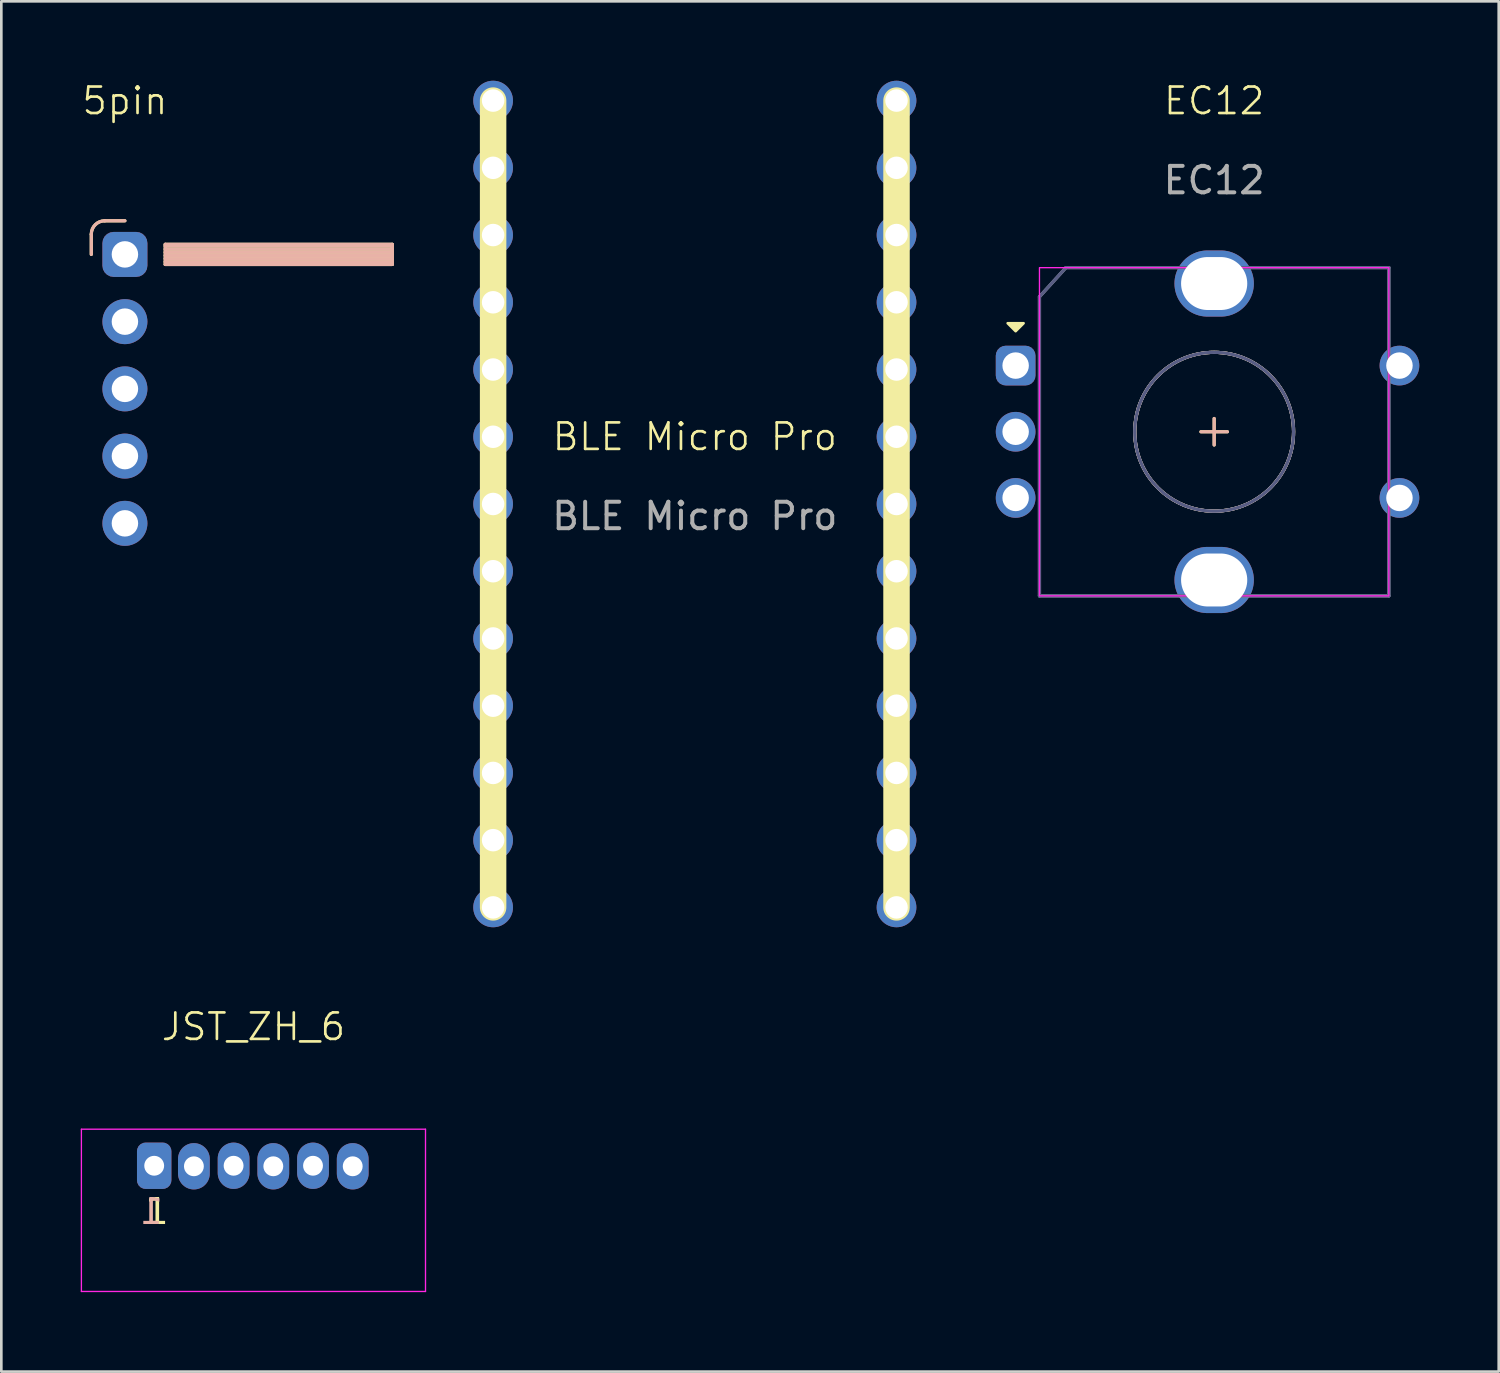
<source format=kicad_pcb>
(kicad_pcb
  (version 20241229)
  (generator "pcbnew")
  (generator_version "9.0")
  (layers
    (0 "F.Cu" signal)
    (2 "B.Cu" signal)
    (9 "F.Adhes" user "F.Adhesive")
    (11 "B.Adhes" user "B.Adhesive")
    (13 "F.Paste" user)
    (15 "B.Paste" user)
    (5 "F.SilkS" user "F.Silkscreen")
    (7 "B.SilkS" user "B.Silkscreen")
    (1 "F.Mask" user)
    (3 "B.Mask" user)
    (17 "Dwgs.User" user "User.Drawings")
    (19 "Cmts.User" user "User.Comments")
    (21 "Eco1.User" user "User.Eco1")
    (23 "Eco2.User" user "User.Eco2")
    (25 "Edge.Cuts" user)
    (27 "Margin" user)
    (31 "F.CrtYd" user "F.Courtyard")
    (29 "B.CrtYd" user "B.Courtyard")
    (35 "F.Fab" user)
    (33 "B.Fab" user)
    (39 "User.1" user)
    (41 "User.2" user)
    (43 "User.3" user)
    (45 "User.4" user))
  (footprint "EC12"
    (layer "F.Cu")
    (at 42.819 13.261)
    (property "Reference" "EC12" (at 0 -12.5 0) (unlocked yes) (layer "F.SilkS") (effects (font (size 1 1) (thickness 0.1))))
    (attr through_hole)
    (fp_line (start -0.5 0) (end 0.5 0) (stroke (width 0.12) (type solid)) (layer "F.SilkS"))
    (fp_line (start 0 -0.5) (end 0 0.5) (stroke (width 0.12) (type solid)) (layer "F.SilkS"))
    (fp_circle (center 0 0) (end 3 0) (stroke (width 0.12) (type solid)) (fill no) (layer "F.SilkS"))
    (fp_poly (pts (xy -7.8 -4.1) (xy -7.2 -4.1) (xy -7.5 -3.8)) (stroke (width 0.1) (type solid)) (fill yes) (layer "F.SilkS"))
    (fp_line (start 0 -0.5) (end 0 0.5) (stroke (width 0.12) (type solid)) (layer "B.SilkS"))
    (fp_line (start 0.5 0) (end -0.5 0) (stroke (width 0.12) (type solid)) (layer "B.SilkS"))
    (fp_circle (center 0 0) (end -3 0) (stroke (width 0.12) (type solid)) (fill no) (layer "B.SilkS"))
    (fp_rect (start 6.6 -6.2) (end -6.6 6.2) (stroke (width 0.05) (type default)) (fill no) (layer "F.CrtYd"))
    (fp_line (start -6.6 -5.1) (end -5.6 -6.2) (stroke (width 0.12) (type default)) (layer "B.Fab"))
    (fp_line (start -6.6 6.2) (end -6.6 -5.1) (stroke (width 0.12) (type default)) (layer "B.Fab"))
    (fp_line (start -5.6 -6.2) (end 6.6 -6.2) (stroke (width 0.12) (type default)) (layer "B.Fab"))
    (fp_line (start 6.6 -6.2) (end 6.6 6.2) (stroke (width 0.12) (type default)) (layer "B.Fab"))
    (fp_line (start 6.6 6.2) (end -6.6 6.2) (stroke (width 0.12) (type default)) (layer "B.Fab"))
    (fp_circle (center 0 0) (end -3 0) (stroke (width 0.12) (type solid)) (fill no) (layer "B.Fab"))
    (fp_line (start -6.6 -5.1) (end -5.6 -6.2) (stroke (width 0.12) (type solid)) (layer "F.Fab"))
    (fp_line (start -6.6 6.2) (end -6.6 -5.1) (stroke (width 0.12) (type solid)) (layer "F.Fab"))
    (fp_line (start -5.6 -6.2) (end 6.6 -6.2) (stroke (width 0.12) (type solid)) (layer "F.Fab"))
    (fp_line (start 6.6 -6.2) (end 6.6 6.2) (stroke (width 0.12) (type solid)) (layer "F.Fab"))
    (fp_line (start 6.6 6.2) (end -6.6 6.2) (stroke (width 0.12) (type solid)) (layer "F.Fab"))
    (fp_circle (center 0 0) (end 3 0) (stroke (width 0.12) (type solid)) (fill no) (layer "F.Fab"))
    (fp_text user "${REFERENCE}" (at 0 -9.5 0) (unlocked yes) (layer "F.Fab") (effects (font (size 1 1) (thickness 0.15))))
    (pad "A" thru_hole roundrect (at -7.5 -2.5) (size 1.5 1.5) (drill 1) (layers "*.Cu" "*.Mask") (roundrect_rratio 0.25))
    (pad "B" thru_hole circle (at -7.5 2.5) (size 1.5 1.5) (drill 1) (layers "*.Cu" "*.Mask"))
    (pad "C" thru_hole circle (at -7.5 0) (size 1.5 1.5) (drill 1) (layers "*.Cu" "*.Mask"))
    (pad "MP" thru_hole oval (at 0 -5.6) (size 3 2.5) (drill oval 2.5 2) (layers "*.Cu" "*.Mask"))
    (pad "MP" thru_hole oval (at 0 5.6) (size 3 2.5) (drill oval 2.5 2) (layers "*.Cu" "*.Mask"))
    (pad "S1" thru_hole circle (at 7 -2.5) (size 1.5 1.5) (drill 1) (layers "*.Cu" "*.Mask"))
    (pad "S2" thru_hole circle (at 7 2.5) (size 1.5 1.5) (drill 1) (layers "*.Cu" "*.Mask")))
  (footprint "5pin"
    (layer "F.Cu")
    (at 1.669 6.561)
    (property "Reference" "5pin" (at 0 -5.8 0) (unlocked yes) (layer "F.SilkS") (effects (font (size 1 1) (thickness 0.1))))
    (attr smd)
    (fp_line (start -1.27 0) (end -1.27 -0.762) (stroke (width 0.12) (type solid)) (layer "F.SilkS"))
    (fp_line (start -0.762 -1.27) (end 0 -1.27) (stroke (width 0.12) (type solid)) (layer "F.SilkS"))
    (fp_line (start 1.524 -0.38) (end 1.524 0.38) (stroke (width 0.12) (type solid)) (layer "F.SilkS"))
    (fp_line (start 1.524 -0.38) (end 10.1 -0.38) (stroke (width 0.12) (type solid)) (layer "F.SilkS"))
    (fp_line (start 1.524 -0.32) (end 10.1 -0.32) (stroke (width 0.12) (type solid)) (layer "F.SilkS"))
    (fp_line (start 1.524 -0.2) (end 10.1 -0.2) (stroke (width 0.12) (type solid)) (layer "F.SilkS"))
    (fp_line (start 1.524 -0.08) (end 10.1 -0.08) (stroke (width 0.12) (type solid)) (layer "F.SilkS"))
    (fp_line (start 1.524 0.04) (end 10.1 0.04) (stroke (width 0.12) (type solid)) (layer "F.SilkS"))
    (fp_line (start 1.524 0.16) (end 10.1 0.16) (stroke (width 0.12) (type solid)) (layer "F.SilkS"))
    (fp_line (start 1.524 0.28) (end 10.1 0.28) (stroke (width 0.12) (type solid)) (layer "F.SilkS"))
    (fp_line (start 10.1 -0.38) (end 10.1 0.38) (stroke (width 0.12) (type solid)) (layer "F.SilkS"))
    (fp_line (start 10.1 0.38) (end 1.524 0.38) (stroke (width 0.12) (type solid)) (layer "F.SilkS"))
    (fp_arc (start -1.27 -0.762) (mid -1.121211 -1.121211) (end -0.762 -1.27) (stroke (width 0.12) (type default)) (layer "F.SilkS"))
    (fp_line (start -1.27 0) (end -1.27 -0.762) (stroke (width 0.12) (type solid)) (layer "B.SilkS"))
    (fp_line (start -0.762 -1.27) (end 0 -1.27) (stroke (width 0.12) (type solid)) (layer "B.SilkS"))
    (fp_line (start 1.524 -0.38) (end 1.524 0.38) (stroke (width 0.12) (type solid)) (layer "B.SilkS"))
    (fp_line (start 1.524 0.38) (end 10.1 0.38) (stroke (width 0.12) (type solid)) (layer "B.SilkS"))
    (fp_line (start 10.1 -0.38) (end 1.524 -0.38) (stroke (width 0.12) (type solid)) (layer "B.SilkS"))
    (fp_line (start 10.1 -0.38) (end 10.1 0.38) (stroke (width 0.12) (type solid)) (layer "B.SilkS"))
    (fp_line (start 10.1 -0.32) (end 1.524 -0.32) (stroke (width 0.12) (type solid)) (layer "B.SilkS"))
    (fp_line (start 10.1 -0.2) (end 1.524 -0.2) (stroke (width 0.12) (type solid)) (layer "B.SilkS"))
    (fp_line (start 10.1 -0.08) (end 1.524 -0.08) (stroke (width 0.12) (type solid)) (layer "B.SilkS"))
    (fp_line (start 10.1 0.04) (end 1.524 0.04) (stroke (width 0.12) (type solid)) (layer "B.SilkS"))
    (fp_line (start 10.1 0.16) (end 1.524 0.16) (stroke (width 0.12) (type solid)) (layer "B.SilkS"))
    (fp_line (start 10.1 0.28) (end 1.524 0.28) (stroke (width 0.12) (type solid)) (layer "B.SilkS"))
    (fp_arc (start -1.27 -0.762) (mid -1.121211 -1.121211) (end -0.762 -1.27) (stroke (width 0.12) (type default)) (layer "B.SilkS"))
    (pad "1" thru_hole roundrect (at 0 0) (size 1.7 1.7) (drill 1) (layers "*.Cu" "*.Mask") (roundrect_rratio 0.25))
    (pad "2" thru_hole oval (at 0 2.54) (size 1.7 1.7) (drill 1) (layers "*.Cu" "*.Mask"))
    (pad "3" thru_hole oval (at 0 5.08) (size 1.7 1.7) (drill 1) (layers "*.Cu" "*.Mask"))
    (pad "4" thru_hole oval (at 0 7.62) (size 1.7 1.7) (drill 1) (layers "*.Cu" "*.Mask"))
    (pad "5" thru_hole oval (at 0 10.16) (size 1.7 1.7) (drill 1) (layers "*.Cu" "*.Mask")))
  (footprint "BLE Micro Pro"
    (layer "F.Cu")
    (at 23.199 15.99)
    (property "Reference" "BLE Micro Pro" (at 0 -2.54 0) (unlocked yes) (layer "F.SilkS") (effects (font (size 1 1) (thickness 0.1))))
    (attr through_hole)
    (fp_line (start -7.62 15.24) (end -7.62 -15.24) (stroke (width 1) (type default)) (layer "F.SilkS"))
    (fp_line (start 7.62 -15.24) (end 7.62 15.24) (stroke (width 1) (type default)) (layer "F.SilkS"))
    (fp_text user "${REFERENCE}" (at 0 0.46 0) (unlocked yes) (layer "F.Fab") (effects (font (size 1 1) (thickness 0.15))))
    (pad "0" thru_hole circle (at 7.62 -15.24) (size 1.5 1.5) (drill 0.85) (layers "*.Cu" "*.Mask"))
    (pad "1" thru_hole circle (at 7.62 -12.7) (size 1.5 1.5) (drill 0.85) (layers "*.Cu" "*.Mask"))
    (pad "2" thru_hole circle (at 7.62 -10.16) (size 1.5 1.5) (drill 0.85) (layers "*.Cu" "*.Mask"))
    (pad "3" thru_hole circle (at 7.62 -7.62) (size 1.5 1.5) (drill 0.85) (layers "*.Cu" "*.Mask"))
    (pad "4" thru_hole circle (at 7.62 -5.08) (size 1.5 1.5) (drill 0.85) (layers "*.Cu" "*.Mask"))
    (pad "5" thru_hole circle (at 7.62 -2.54) (size 1.5 1.5) (drill 0.85) (layers "*.Cu" "*.Mask"))
    (pad "6" thru_hole circle (at 7.62 0) (size 1.5 1.5) (drill 0.85) (layers "*.Cu" "*.Mask"))
    (pad "7" thru_hole circle (at 7.62 2.54) (size 1.5 1.5) (drill 0.85) (layers "*.Cu" "*.Mask"))
    (pad "8" thru_hole circle (at 7.62 5.08) (size 1.5 1.5) (drill 0.85) (layers "*.Cu" "*.Mask"))
    (pad "9" thru_hole circle (at 7.62 7.62) (size 1.5 1.5) (drill 0.85) (layers "*.Cu" "*.Mask"))
    (pad "10" thru_hole circle (at 7.62 10.16) (size 1.5 1.5) (drill 0.85) (layers "*.Cu" "*.Mask"))
    (pad "11" thru_hole circle (at 7.62 12.7) (size 1.5 1.5) (drill 0.85) (layers "*.Cu" "*.Mask"))
    (pad "12" thru_hole circle (at 7.62 15.24) (size 1.5 1.5) (drill 0.85) (layers "*.Cu" "*.Mask"))
    (pad "13" thru_hole circle (at -7.62 15.24) (size 1.5 1.5) (drill 0.85) (layers "*.Cu" "*.Mask"))
    (pad "14" thru_hole circle (at -7.62 12.7) (size 1.5 1.5) (drill 0.85) (layers "*.Cu" "*.Mask"))
    (pad "15" thru_hole circle (at -7.62 10.16) (size 1.5 1.5) (drill 0.85) (layers "*.Cu" "*.Mask"))
    (pad "16" thru_hole circle (at -7.62 7.62) (size 1.5 1.5) (drill 0.85) (layers "*.Cu" "*.Mask"))
    (pad "17" thru_hole circle (at -7.62 5.08) (size 1.5 1.5) (drill 0.85) (layers "*.Cu" "*.Mask"))
    (pad "18" thru_hole circle (at -7.62 2.54) (size 1.5 1.5) (drill 0.85) (layers "*.Cu" "*.Mask"))
    (pad "19" thru_hole circle (at -7.62 0) (size 1.5 1.5) (drill 0.85) (layers "*.Cu" "*.Mask"))
    (pad "20" thru_hole circle (at -7.62 -2.54) (size 1.5 1.5) (drill 0.85) (layers "*.Cu" "*.Mask"))
    (pad "21" thru_hole circle (at -7.62 -5.08) (size 1.5 1.5) (drill 0.85) (layers "*.Cu" "*.Mask"))
    (pad "22" thru_hole circle (at -7.62 -7.62) (size 1.5 1.5) (drill 0.85) (layers "*.Cu" "*.Mask"))
    (pad "23" thru_hole circle (at -7.62 -10.16) (size 1.5 1.5) (drill 0.85) (layers "*.Cu" "*.Mask"))
    (pad "24" thru_hole circle (at -7.62 -12.7) (size 1.5 1.5) (drill 0.85) (layers "*.Cu" "*.Mask"))
    (pad "25" thru_hole circle (at -7.62 -15.24) (size 1.5 1.5) (drill 0.85) (layers "*.Cu" "*.Mask")))
  (footprint "JST_ZH_6"
    (layer "F.Cu")
    (at 6.525 40.99)
    (property "Reference" "JST_ZH_6" (at 0 -5.25 0) (unlocked yes) (layer "F.SilkS") (effects (font (size 1 1) (thickness 0.1))))
    (attr smd)
    (fp_line (start -6.5 -1.38) (end -6.5 4.75) (stroke (width 0.05) (type solid)) (layer "F.CrtYd"))
    (fp_line (start -6.5 4.75) (end 6.5 4.75) (stroke (width 0.05) (type solid)) (layer "F.CrtYd"))
    (fp_line (start 6.5 -1.38) (end -6.5 -1.38) (stroke (width 0.05) (type solid)) (layer "F.CrtYd"))
    (fp_line (start 6.5 4.75) (end 6.5 -1.38) (stroke (width 0.05) (type solid)) (layer "F.CrtYd"))
    (fp_text user "1" (at -4.1 2.37 0) (unlocked yes) (layer "F.SilkS") (effects (font (face "M+ 1m") (size 1 1) (thickness 0.1)) (justify left bottom)))
    (fp_text user "1" (at -3.4 2.37 0) (unlocked yes) (layer "B.SilkS") (effects (font (face "M+ 1m") (size 1 1) (thickness 0.1)) (justify left bottom mirror)))
    (pad "1" thru_hole roundrect (at -3.75 0) (size 1.3 1.75) (drill 0.75) (layers "*.Cu" "*.Mask") (roundrect_rratio 0.25))
    (pad "2" thru_hole oval (at -2.25 0.02) (size 1.2 1.75) (drill 0.75) (layers "*.Cu" "*.Mask"))
    (pad "3" thru_hole oval (at -0.75 0) (size 1.2 1.75) (drill 0.75) (layers "*.Cu" "*.Mask"))
    (pad "4" thru_hole oval (at 0.75 0.02) (size 1.2 1.75) (drill 0.75) (layers "*.Cu" "*.Mask"))
    (pad "5" thru_hole oval (at 2.25 0) (size 1.2 1.75) (drill 0.75) (layers "*.Cu" "*.Mask"))
    (pad "6" thru_hole oval (at 3.75 0.02) (size 1.2 1.75) (drill 0.75) (layers "*.Cu" "*.Mask")))
  (gr_rect
    (start -3 -3)
    (end 53.569 48.766)
    (stroke (width 0.1) (type default))
    (fill no)
    (layer "Edge.Cuts")))
</source>
